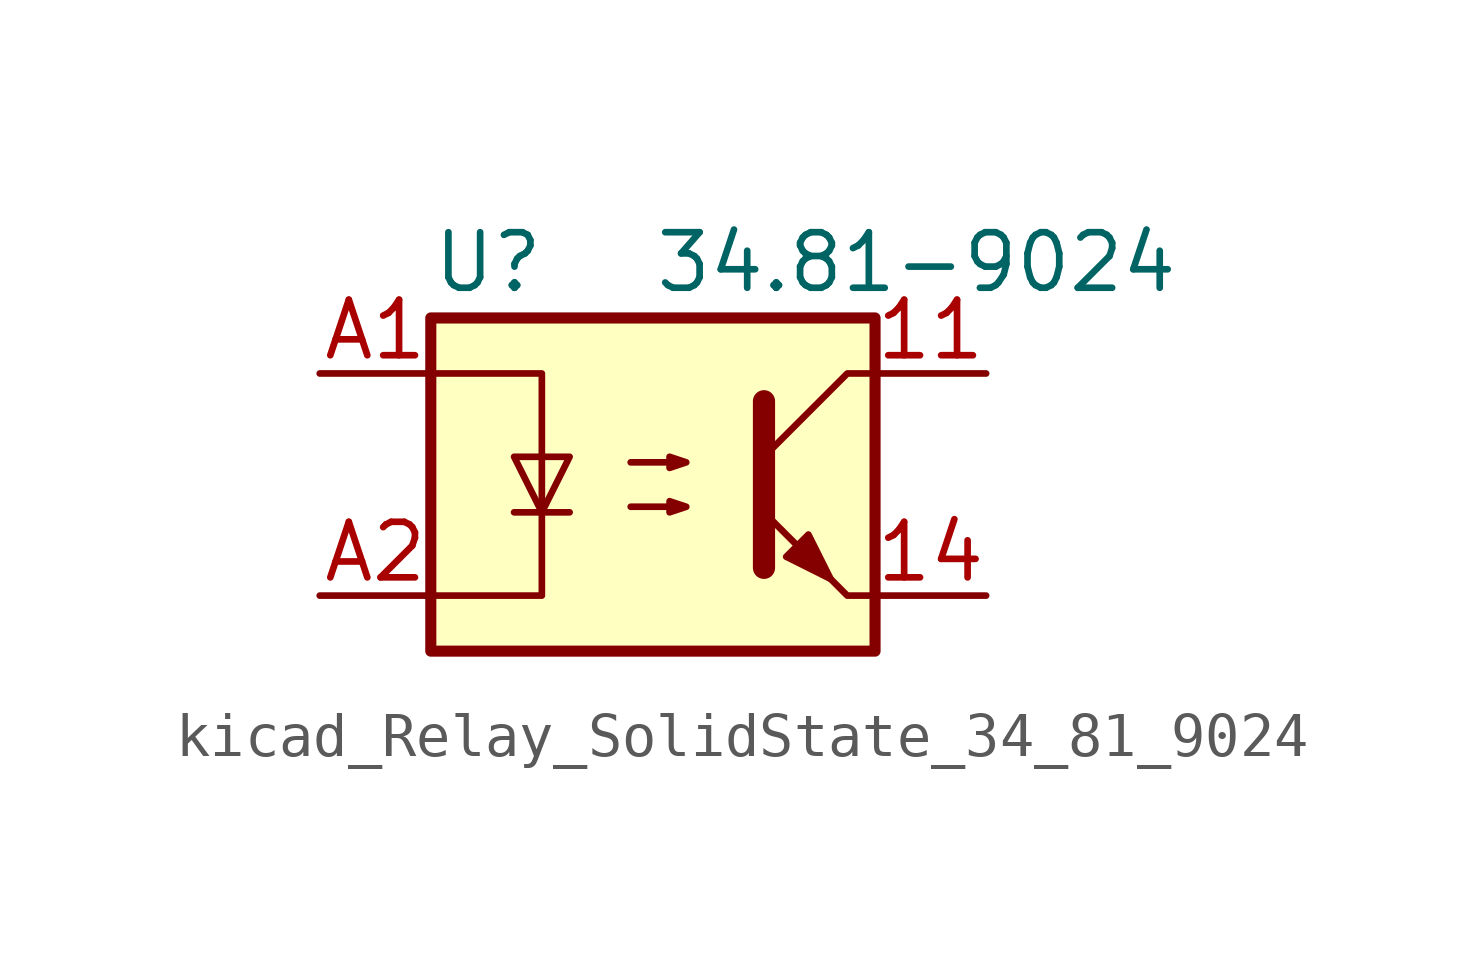
<source format=kicad_sym>
(kicad_symbol_lib
  (version 20220914)
  (generator kicad_symbol_editor)
  (symbol "kicad_Relay_SolidState_34_81_9024"
    (property "Reference" "U"
      (at -5.08 5.08 0)
      (effects (font (size 1.27 1.27)) (justify left)))
    (property "Value" "34.81-9024"
      (at 0 5.08 0)
      (effects (font (size 1.27 1.27)) (justify left)))
    (symbol "kicad_Relay_SolidState_34_81_9024_0_1"
      (rectangle (start -5.08 3.81) (end 5.08 -3.81) (stroke (width 0.254) (type default)) (fill (type background)))
      (polyline (pts (xy -3.175 -0.635) (xy -1.905 -0.635)) (stroke (width 0) (type default)) (fill (type none)))
      (polyline (pts (xy 2.54 1.905) (xy 2.54 -1.905) (xy 2.54 -1.905)) (stroke (width 0.508) (type default)) (fill (type none)))
      (polyline (pts (xy -5.08 2.54) (xy -2.54 2.54) (xy -2.54 -2.54) (xy -5.08 -2.54)) (stroke (width 0) (type default)) (fill (type none)))
      (polyline (pts (xy -2.54 -0.635) (xy -3.175 0.635) (xy -1.905 0.635) (xy -2.54 -0.635)) (stroke (width 0) (type default)) (fill (type none)))
      (polyline (pts (xy -0.508 -0.508) (xy 0.762 -0.508) (xy 0.381 -0.635) (xy 0.381 -0.381) (xy 0.762 -0.508)) (stroke (width 0) (type default)) (fill (type none)))
      (polyline (pts (xy -0.508 0.508) (xy 0.762 0.508) (xy 0.381 0.381) (xy 0.381 0.635) (xy 0.762 0.508)) (stroke (width 0) (type default)) (fill (type none)))
      (polyline (pts (xy 3.048 -1.651) (xy 3.556 -1.143) (xy 4.064 -2.159) (xy 3.048 -1.651) (xy 3.048 -1.651)) (stroke (width 0) (type default)) (fill (type outline)))
      (polyline (pts (xy 5.08 2.54) (xy 4.445 2.54) (xy 2.54 0.635) (xy 2.54 -0.635) (xy 4.445 -2.54) (xy 5.08 -2.54)) (stroke (width 0) (type default)) (fill (type none))))
    (symbol "kicad_Relay_SolidState_34_81_9024_1_1"
      (pin passive line (at 7.62 2.54 180) (length 2.54) (name "~" (effects (font (size 1.27 1.27)))) (number "11" (effects (font (size 1.27 1.27)))))
      (pin passive line (at 7.62 -2.54 180) (length 2.54) (name "~" (effects (font (size 1.27 1.27)))) (number "14" (effects (font (size 1.27 1.27)))))
      (pin passive line (at -7.62 2.54 0) (length 2.54) (name "~" (effects (font (size 1.27 1.27)))) (number "A1" (effects (font (size 1.27 1.27)))))
      (pin passive line (at -7.62 -2.54 0) (length 2.54) (name "~" (effects (font (size 1.27 1.27)))) (number "A2" (effects (font (size 1.27 1.27))))))))
</source>
